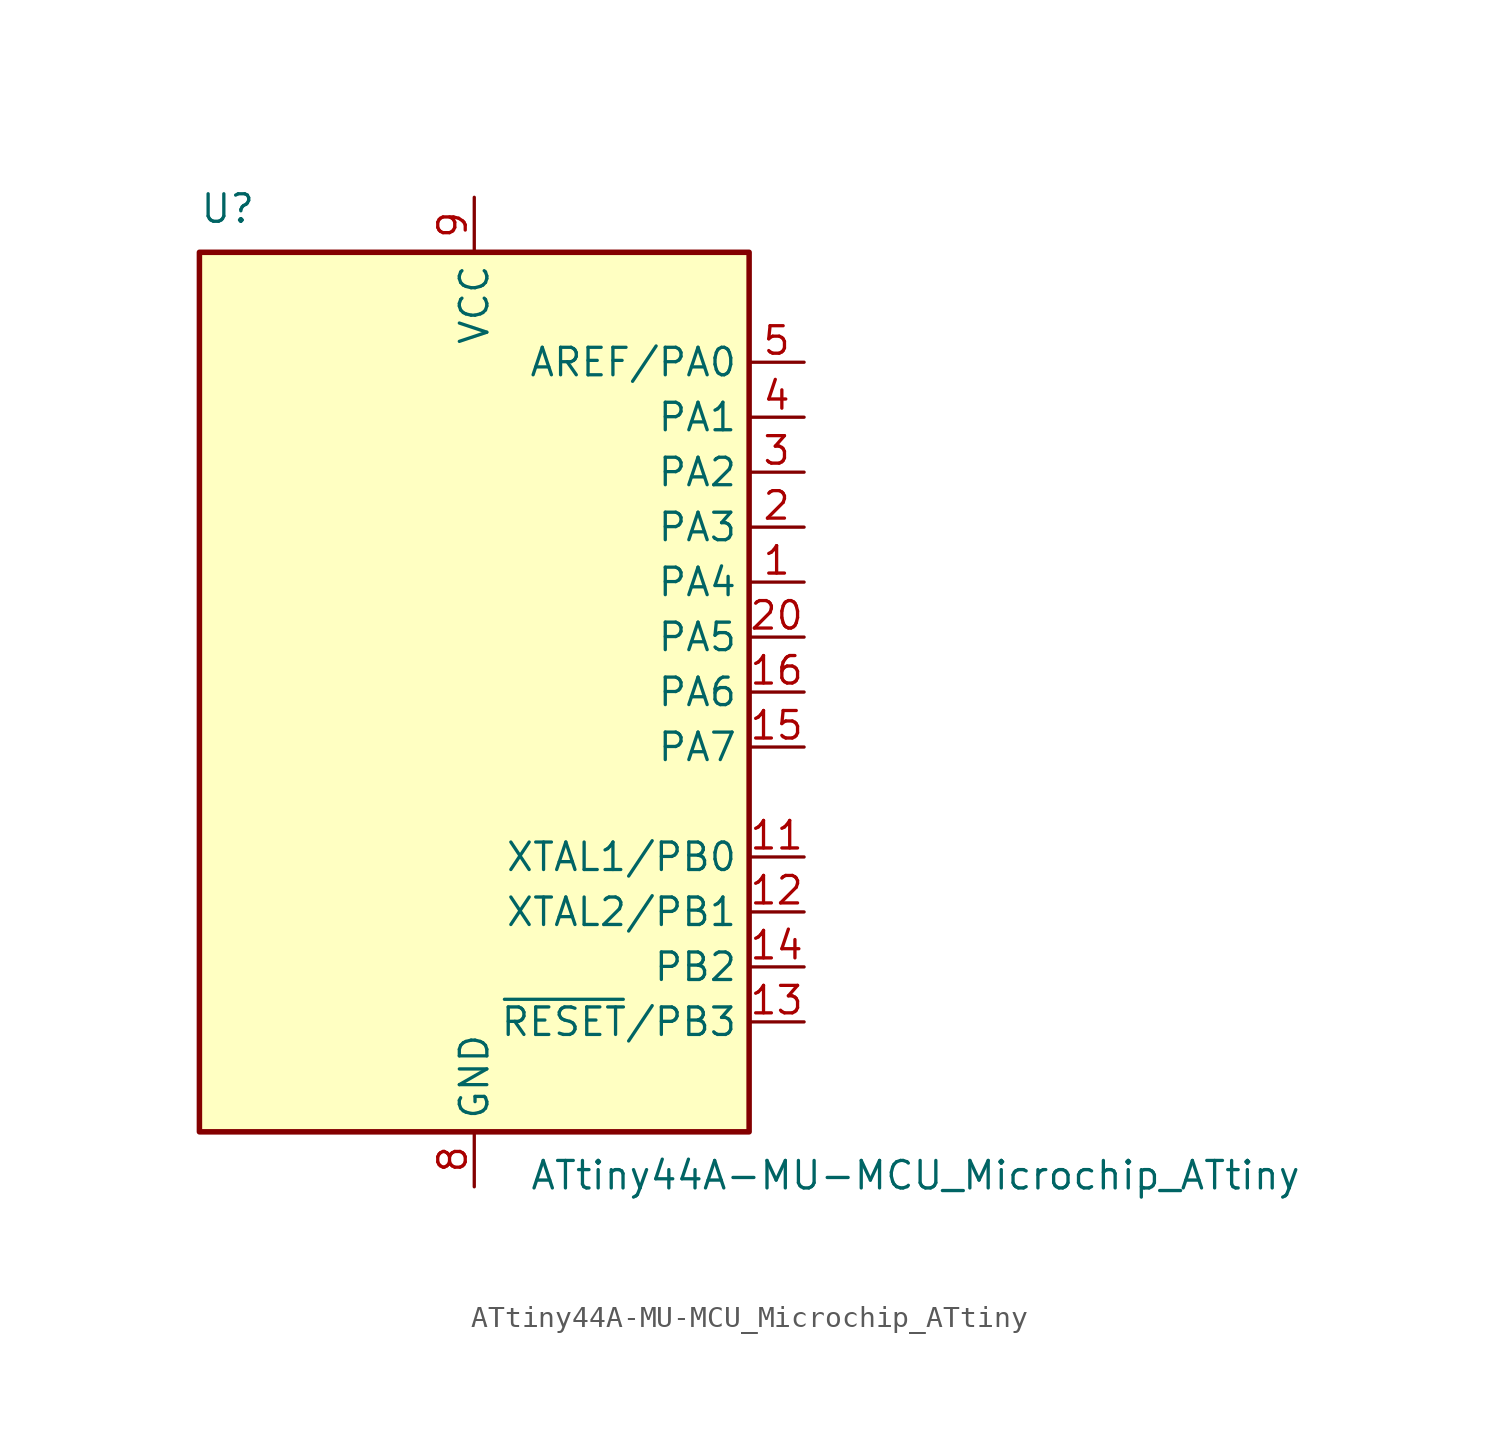
<source format=kicad_sym>
(kicad_symbol_lib
  (version 20211014)
  (generator kicad_symbol_editor)
  (symbol "ATtiny44A-MU-MCU_Microchip_ATtiny"
    (property "Reference" "U"
      (at -12.7 21.59 0)
      (effects (font (size 1.27 1.27)) (justify left bottom)))
    (property "Value" "ATtiny44A-MU-MCU_Microchip_ATtiny"
      (at 2.54 -21.59 0)
      (effects (font (size 1.27 1.27)) (justify left top)))
    (symbol "ATtiny44A-MU-MCU_Microchip_ATtiny_0_1"
      (rectangle (start -12.7 -20.32) (end 12.7 20.32) (stroke (width 0.254) (type default) (color 0 0 0 0)) (fill (type background))))
    (symbol "ATtiny44A-MU-MCU_Microchip_ATtiny_1_1"
      (pin bidirectional line (at 15.24 5.08 180) (length 2.54) (name "PA4" (effects (font (size 1.27 1.27)))) (number "1" (effects (font (size 1.27 1.27)))))
      (pin no_connect line (at -12.7 -10.16 0) (length 2.54) hide (name "NC" (effects (font (size 1.27 1.27)))) (number "10" (effects (font (size 1.27 1.27)))))
      (pin bidirectional line (at 15.24 -7.62 180) (length 2.54) (name "XTAL1/PB0" (effects (font (size 1.27 1.27)))) (number "11" (effects (font (size 1.27 1.27)))))
      (pin bidirectional line (at 15.24 -10.16 180) (length 2.54) (name "XTAL2/PB1" (effects (font (size 1.27 1.27)))) (number "12" (effects (font (size 1.27 1.27)))))
      (pin bidirectional line (at 15.24 -15.24 180) (length 2.54) (name "~{RESET}/PB3" (effects (font (size 1.27 1.27)))) (number "13" (effects (font (size 1.27 1.27)))))
      (pin bidirectional line (at 15.24 -12.7 180) (length 2.54) (name "PB2" (effects (font (size 1.27 1.27)))) (number "14" (effects (font (size 1.27 1.27)))))
      (pin bidirectional line (at 15.24 -2.54 180) (length 2.54) (name "PA7" (effects (font (size 1.27 1.27)))) (number "15" (effects (font (size 1.27 1.27)))))
      (pin bidirectional line (at 15.24 0 180) (length 2.54) (name "PA6" (effects (font (size 1.27 1.27)))) (number "16" (effects (font (size 1.27 1.27)))))
      (pin no_connect line (at -12.7 -12.7 0) (length 2.54) hide (name "NC" (effects (font (size 1.27 1.27)))) (number "17" (effects (font (size 1.27 1.27)))))
      (pin no_connect line (at -12.7 -15.24 0) (length 2.54) hide (name "NC" (effects (font (size 1.27 1.27)))) (number "18" (effects (font (size 1.27 1.27)))))
      (pin no_connect line (at -12.7 -17.78 0) (length 2.54) hide (name "NC" (effects (font (size 1.27 1.27)))) (number "19" (effects (font (size 1.27 1.27)))))
      (pin bidirectional line (at 15.24 7.62 180) (length 2.54) (name "PA3" (effects (font (size 1.27 1.27)))) (number "2" (effects (font (size 1.27 1.27)))))
      (pin bidirectional line (at 15.24 2.54 180) (length 2.54) (name "PA5" (effects (font (size 1.27 1.27)))) (number "20" (effects (font (size 1.27 1.27)))))
      (pin passive line (at 0 -22.86 90) (length 2.54) hide (name "GND" (effects (font (size 1.27 1.27)))) (number "21" (effects (font (size 1.27 1.27)))))
      (pin bidirectional line (at 15.24 10.16 180) (length 2.54) (name "PA2" (effects (font (size 1.27 1.27)))) (number "3" (effects (font (size 1.27 1.27)))))
      (pin bidirectional line (at 15.24 12.7 180) (length 2.54) (name "PA1" (effects (font (size 1.27 1.27)))) (number "4" (effects (font (size 1.27 1.27)))))
      (pin bidirectional line (at 15.24 15.24 180) (length 2.54) (name "AREF/PA0" (effects (font (size 1.27 1.27)))) (number "5" (effects (font (size 1.27 1.27)))))
      (pin no_connect line (at -12.7 -5.08 0) (length 2.54) hide (name "NC" (effects (font (size 1.27 1.27)))) (number "6" (effects (font (size 1.27 1.27)))))
      (pin no_connect line (at -12.7 -7.62 0) (length 2.54) hide (name "NC" (effects (font (size 1.27 1.27)))) (number "7" (effects (font (size 1.27 1.27)))))
      (pin power_in line (at 0 -22.86 90) (length 2.54) (name "GND" (effects (font (size 1.27 1.27)))) (number "8" (effects (font (size 1.27 1.27)))))
      (pin power_in line (at 0 22.86 270) (length 2.54) (name "VCC" (effects (font (size 1.27 1.27)))) (number "9" (effects (font (size 1.27 1.27))))))))
</source>
